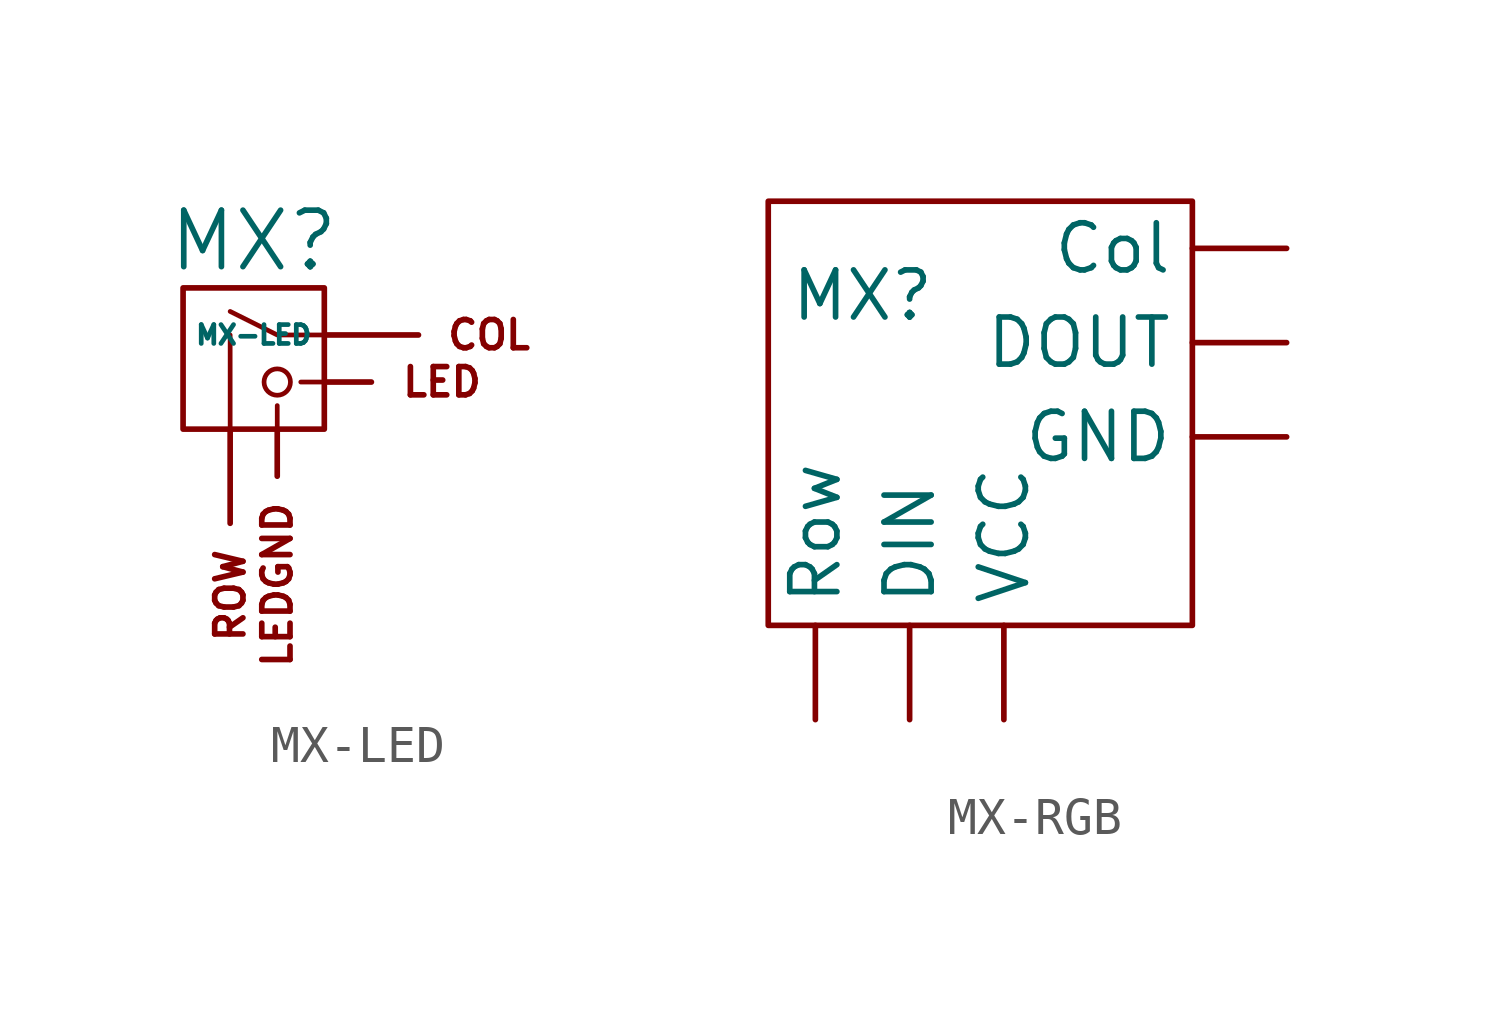
<source format=kicad_sym>
(kicad_symbol_lib
  (version 20220914)
  (generator kicad_symbol_editor)
  (symbol "MX-LED"
    (pin_names
      (offset 1.016))
    (property "Reference" "MX"
      (at -0.635 3.81 0)
      (effects (font (size 1.524 1.524))))
    (property "Value" "MX-LED"
      (at -0.635 1.27 0)
      (effects (font (size 0.508 0.508))))
    (symbol "MX-LED_0_0"
      (rectangle (start -2.54 2.54) (end 1.27 -1.27) (stroke (width 0) (type solid)) (fill (type none)))
      (polyline (pts (xy -1.27 -1.27) (xy -1.27 1.27)) (stroke (width 0.127) (type solid)) (fill (type none)))
      (polyline (pts (xy 0 -1.27) (xy 0 -0.635)) (stroke (width 0.127) (type solid)) (fill (type none)))
      (polyline (pts (xy 1.27 0) (xy 0.635 0)) (stroke (width 0.127) (type solid)) (fill (type none)))
      (polyline (pts (xy 1.27 1.27) (xy 0 1.27) (xy -1.27 1.905)) (stroke (width 0.127) (type solid)) (fill (type none)))
      (circle (center 0 0) (radius 0.356) (stroke (width 0.127) (type solid)) (fill (type none)))
      (text "COL" (at 5.715 1.27 0) (effects (font (size 0.762 0.762))))
      (text "LED" (at 4.445 0 0) (effects (font (size 0.762 0.762))))
      (text "ROW" (at -1.27 -4.445 900) (effects (font (size 0.762 0.762)) (justify right))))
    (symbol "MX-LED_1_0"
      (text "LEDGND" (at 0 -3.175 900) (effects (font (size 0.762 0.762)) (justify right))))
    (symbol "MX-LED_1_1"
      (pin passive line (at 3.81 1.27 180) (length 2.54) (name "COL" (effects (font (size 0 0)))) (number "1" (effects (font (size 0 0)))))
      (pin passive line (at -1.27 -3.81 90) (length 2.54) (name "ROW" (effects (font (size 0 0)))) (number "2" (effects (font (size 0 0)))))
      (pin input line (at 2.54 0 180) (length 1.27) (name "LED" (effects (font (size 0 0)))) (number "3" (effects (font (size 0 0)))))
      (pin passive line (at 0 -2.54 90) (length 1.27) (name "LEDGND" (effects (font (size 0 0)))) (number "4" (effects (font (size 0 0)))))))
  (symbol "MX-RGB"
    (pin_numbers hide)
    (property "Reference" "MX"
      (at -3.81 3.81 0)
      (effects (font (size 1.27 1.27))))
    (property "Value" ""
      (at 0 0 0)
      (effects (font (size 1.27 1.27))))
    (symbol "MX-RGB_0_1"
      (rectangle (start -6.35 6.35) (end 5.08 -5.08) (stroke (width 0) (type default)) (fill (type none))))
    (symbol "MX-RGB_1_1"
      (pin input line (at 7.62 0 180) (length 2.54) (name "GND" (effects (font (size 1.27 1.27)))) (number "1" (effects (font (size 1.27 1.27)))))
      (pin input line (at -2.54 -7.62 90) (length 2.54) (name "DIN" (effects (font (size 1.27 1.27)))) (number "2" (effects (font (size 1.27 1.27)))))
      (pin input line (at 7.62 2.54 180) (length 2.54) (name "DOUT" (effects (font (size 1.27 1.27)))) (number "3" (effects (font (size 1.27 1.27)))))
      (pin input line (at 0 -7.62 90) (length 2.54) (name "VCC" (effects (font (size 1.27 1.27)))) (number "4" (effects (font (size 1.27 1.27)))))
      (pin input line (at -5.08 -7.62 90) (length 2.54) (name "Row" (effects (font (size 1.27 1.27)))) (number "5" (effects (font (size 1.27 1.27)))))
      (pin input line (at 7.62 5.08 180) (length 2.54) (name "Col" (effects (font (size 1.27 1.27)))) (number "6" (effects (font (size 1.27 1.27))))))))
</source>
